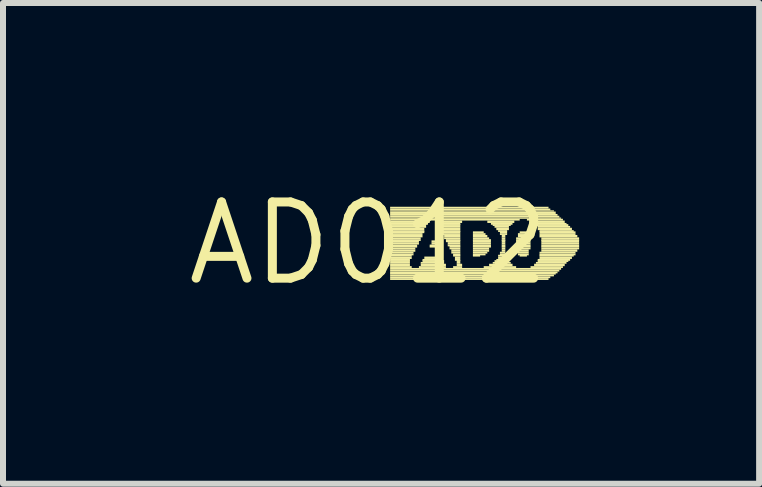
<source format=kicad_pcb>
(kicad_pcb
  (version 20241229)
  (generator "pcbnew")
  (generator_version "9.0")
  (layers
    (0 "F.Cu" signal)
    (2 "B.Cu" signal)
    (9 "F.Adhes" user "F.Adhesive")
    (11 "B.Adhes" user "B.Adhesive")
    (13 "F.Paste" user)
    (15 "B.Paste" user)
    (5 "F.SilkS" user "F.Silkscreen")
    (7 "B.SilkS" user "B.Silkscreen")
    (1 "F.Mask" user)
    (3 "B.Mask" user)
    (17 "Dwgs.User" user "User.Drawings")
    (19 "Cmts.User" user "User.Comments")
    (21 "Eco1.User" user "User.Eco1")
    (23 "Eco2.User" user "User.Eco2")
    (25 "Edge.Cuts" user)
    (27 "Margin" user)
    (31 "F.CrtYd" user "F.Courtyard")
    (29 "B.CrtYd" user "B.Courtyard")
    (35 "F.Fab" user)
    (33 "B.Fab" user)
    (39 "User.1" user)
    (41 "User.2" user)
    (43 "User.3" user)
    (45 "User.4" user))
  (footprint "AD012"
    (layer "F.Cu")
    (at 3.092 1.006)
    (property "Reference" "AD012" (at 0 0 0) (layer "F.SilkS") (effects (font (size 1.27 1.27) (thickness 0.15))))
    (fp_poly (pts (xy 0.36 -0.58) (xy 3 -0.58) (xy 3 -0.61) (xy 0.36 -0.61)) (stroke (width 0) (type solid)) (fill yes) (layer "F.SilkS"))
    (fp_poly (pts (xy 0.36 -0.55) (xy 3.03 -0.55) (xy 3.03 -0.58) (xy 0.36 -0.58)) (stroke (width 0) (type solid)) (fill yes) (layer "F.SilkS"))
    (fp_poly (pts (xy 0.36 -0.53) (xy 3.09 -0.53) (xy 3.09 -0.55) (xy 0.36 -0.55)) (stroke (width 0) (type solid)) (fill yes) (layer "F.SilkS"))
    (fp_poly (pts (xy 0.36 -0.49) (xy 3.12 -0.49) (xy 3.12 -0.53) (xy 0.36 -0.53)) (stroke (width 0) (type solid)) (fill yes) (layer "F.SilkS"))
    (fp_poly (pts (xy 0.36 -0.46) (xy 3.15 -0.46) (xy 3.15 -0.49) (xy 0.36 -0.49)) (stroke (width 0) (type solid)) (fill yes) (layer "F.SilkS"))
    (fp_poly (pts (xy 0.36 -0.43) (xy 3.18 -0.43) (xy 3.18 -0.46) (xy 0.36 -0.46)) (stroke (width 0) (type solid)) (fill yes) (layer "F.SilkS"))
    (fp_poly (pts (xy 0.36 -0.41) (xy 3.21 -0.41) (xy 3.21 -0.43) (xy 0.36 -0.43)) (stroke (width 0) (type solid)) (fill yes) (layer "F.SilkS"))
    (fp_poly (pts (xy 0.36 -0.38) (xy 2.52 -0.38) (xy 2.52 -0.41) (xy 0.36 -0.41)) (stroke (width 0) (type solid)) (fill yes) (layer "F.SilkS"))
    (fp_poly (pts (xy 0.36 -0.34) (xy 1.02 -0.34) (xy 1.02 -0.38) (xy 0.36 -0.38)) (stroke (width 0) (type solid)) (fill yes) (layer "F.SilkS"))
    (fp_poly (pts (xy 0.36 -0.31) (xy 0.99 -0.31) (xy 0.99 -0.34) (xy 0.36 -0.34)) (stroke (width 0) (type solid)) (fill yes) (layer "F.SilkS"))
    (fp_poly (pts (xy 0.36 -0.29) (xy 0.96 -0.29) (xy 0.96 -0.32) (xy 0.36 -0.32)) (stroke (width 0) (type solid)) (fill yes) (layer "F.SilkS"))
    (fp_poly (pts (xy 0.36 -0.26) (xy 0.96 -0.26) (xy 0.96 -0.29) (xy 0.36 -0.29)) (stroke (width 0) (type solid)) (fill yes) (layer "F.SilkS"))
    (fp_poly (pts (xy 0.36 -0.22) (xy 0.93 -0.22) (xy 0.93 -0.26) (xy 0.36 -0.26)) (stroke (width 0) (type solid)) (fill yes) (layer "F.SilkS"))
    (fp_poly (pts (xy 0.36 -0.19) (xy 0.93 -0.19) (xy 0.93 -0.22) (xy 0.36 -0.22)) (stroke (width 0) (type solid)) (fill yes) (layer "F.SilkS"))
    (fp_poly (pts (xy 0.36 -0.17) (xy 0.93 -0.17) (xy 0.93 -0.2) (xy 0.36 -0.2)) (stroke (width 0) (type solid)) (fill yes) (layer "F.SilkS"))
    (fp_poly (pts (xy 0.36 -0.14) (xy 0.9 -0.14) (xy 0.9 -0.17) (xy 0.36 -0.17)) (stroke (width 0) (type solid)) (fill yes) (layer "F.SilkS"))
    (fp_poly (pts (xy 0.36 -0.1) (xy 0.9 -0.1) (xy 0.9 -0.14) (xy 0.36 -0.14)) (stroke (width 0) (type solid)) (fill yes) (layer "F.SilkS"))
    (fp_poly (pts (xy 0.36 -0.07) (xy 0.87 -0.07) (xy 0.87 -0.1) (xy 0.36 -0.1)) (stroke (width 0) (type solid)) (fill yes) (layer "F.SilkS"))
    (fp_poly (pts (xy 0.36 -0.04) (xy 0.87 -0.04) (xy 0.87 -0.07) (xy 0.36 -0.07)) (stroke (width 0) (type solid)) (fill yes) (layer "F.SilkS"))
    (fp_poly (pts (xy 0.36 -0.02) (xy 0.84 -0.02) (xy 0.84 -0.05) (xy 0.36 -0.05)) (stroke (width 0) (type solid)) (fill yes) (layer "F.SilkS"))
    (fp_poly (pts (xy 0.36 0.02) (xy 0.84 0.02) (xy 0.84 -0.02) (xy 0.36 -0.02)) (stroke (width 0) (type solid)) (fill yes) (layer "F.SilkS"))
    (fp_poly (pts (xy 0.36 0.05) (xy 0.81 0.05) (xy 0.81 0.02) (xy 0.36 0.02)) (stroke (width 0) (type solid)) (fill yes) (layer "F.SilkS"))
    (fp_poly (pts (xy 0.36 0.07) (xy 0.81 0.07) (xy 0.81 0.04) (xy 0.36 0.04)) (stroke (width 0) (type solid)) (fill yes) (layer "F.SilkS"))
    (fp_poly (pts (xy 0.36 0.1) (xy 0.78 0.1) (xy 0.78 0.07) (xy 0.36 0.07)) (stroke (width 0) (type solid)) (fill yes) (layer "F.SilkS"))
    (fp_poly (pts (xy 0.36 0.14) (xy 0.78 0.14) (xy 0.78 0.1) (xy 0.36 0.1)) (stroke (width 0) (type solid)) (fill yes) (layer "F.SilkS"))
    (fp_poly (pts (xy 0.36 0.17) (xy 0.75 0.17) (xy 0.75 0.14) (xy 0.36 0.14)) (stroke (width 0) (type solid)) (fill yes) (layer "F.SilkS"))
    (fp_poly (pts (xy 0.36 0.2) (xy 0.75 0.2) (xy 0.75 0.17) (xy 0.36 0.17)) (stroke (width 0) (type solid)) (fill yes) (layer "F.SilkS"))
    (fp_poly (pts (xy 0.36 0.22) (xy 0.72 0.22) (xy 0.72 0.19) (xy 0.36 0.19)) (stroke (width 0) (type solid)) (fill yes) (layer "F.SilkS"))
    (fp_poly (pts (xy 0.36 0.26) (xy 0.72 0.26) (xy 0.72 0.22) (xy 0.36 0.22)) (stroke (width 0) (type solid)) (fill yes) (layer "F.SilkS"))
    (fp_poly (pts (xy 0.36 0.29) (xy 0.69 0.29) (xy 0.69 0.26) (xy 0.36 0.26)) (stroke (width 0) (type solid)) (fill yes) (layer "F.SilkS"))
    (fp_poly (pts (xy 0.36 0.31) (xy 0.69 0.31) (xy 0.69 0.28) (xy 0.36 0.28)) (stroke (width 0) (type solid)) (fill yes) (layer "F.SilkS"))
    (fp_poly (pts (xy 0.36 0.34) (xy 0.69 0.34) (xy 0.69 0.31) (xy 0.36 0.31)) (stroke (width 0) (type solid)) (fill yes) (layer "F.SilkS"))
    (fp_poly (pts (xy 0.36 0.38) (xy 0.69 0.38) (xy 0.69 0.34) (xy 0.36 0.34)) (stroke (width 0) (type solid)) (fill yes) (layer "F.SilkS"))
    (fp_poly (pts (xy 0.36 0.41) (xy 0.72 0.41) (xy 0.72 0.38) (xy 0.36 0.38)) (stroke (width 0) (type solid)) (fill yes) (layer "F.SilkS"))
    (fp_poly (pts (xy 0.36 0.44) (xy 3.21 0.44) (xy 3.21 0.41) (xy 0.36 0.41)) (stroke (width 0) (type solid)) (fill yes) (layer "F.SilkS"))
    (fp_poly (pts (xy 0.36 0.47) (xy 3.18 0.47) (xy 3.18 0.44) (xy 0.36 0.44)) (stroke (width 0) (type solid)) (fill yes) (layer "F.SilkS"))
    (fp_poly (pts (xy 0.36 0.5) (xy 3.15 0.5) (xy 3.15 0.47) (xy 0.36 0.47)) (stroke (width 0) (type solid)) (fill yes) (layer "F.SilkS"))
    (fp_poly (pts (xy 0.36 0.52) (xy 3.12 0.52) (xy 3.12 0.49) (xy 0.36 0.49)) (stroke (width 0) (type solid)) (fill yes) (layer "F.SilkS"))
    (fp_poly (pts (xy 0.36 0.55) (xy 3.09 0.55) (xy 3.09 0.52) (xy 0.36 0.52)) (stroke (width 0) (type solid)) (fill yes) (layer "F.SilkS"))
    (fp_poly (pts (xy 0.36 0.58) (xy 3.03 0.58) (xy 3.03 0.55) (xy 0.36 0.55)) (stroke (width 0) (type solid)) (fill yes) (layer "F.SilkS"))
    (fp_poly (pts (xy 0.36 0.61) (xy 3 0.61) (xy 3 0.58) (xy 0.36 0.58)) (stroke (width 0) (type solid)) (fill yes) (layer "F.SilkS"))
    (fp_poly (pts (xy 0.84 0.41) (xy 1.29 0.41) (xy 1.29 0.38) (xy 0.84 0.38)) (stroke (width 0) (type solid)) (fill yes) (layer "F.SilkS"))
    (fp_poly (pts (xy 0.87 0.34) (xy 1.26 0.34) (xy 1.26 0.31) (xy 0.87 0.31)) (stroke (width 0) (type solid)) (fill yes) (layer "F.SilkS"))
    (fp_poly (pts (xy 0.87 0.38) (xy 1.29 0.38) (xy 1.29 0.34) (xy 0.87 0.34)) (stroke (width 0) (type solid)) (fill yes) (layer "F.SilkS"))
    (fp_poly (pts (xy 0.9 0.29) (xy 1.23 0.29) (xy 1.23 0.26) (xy 0.9 0.26)) (stroke (width 0) (type solid)) (fill yes) (layer "F.SilkS"))
    (fp_poly (pts (xy 0.9 0.31) (xy 1.26 0.31) (xy 1.26 0.28) (xy 0.9 0.28)) (stroke (width 0) (type solid)) (fill yes) (layer "F.SilkS"))
    (fp_poly (pts (xy 0.93 0.26) (xy 1.23 0.26) (xy 1.23 0.22) (xy 0.93 0.22)) (stroke (width 0) (type solid)) (fill yes) (layer "F.SilkS"))
    (fp_poly (pts (xy 1.02 0.05) (xy 1.11 0.05) (xy 1.11 0.02) (xy 1.02 0.02)) (stroke (width 0) (type solid)) (fill yes) (layer "F.SilkS"))
    (fp_poly (pts (xy 1.02 0.07) (xy 1.14 0.07) (xy 1.14 0.04) (xy 1.02 0.04)) (stroke (width 0) (type solid)) (fill yes) (layer "F.SilkS"))
    (fp_poly (pts (xy 1.05 -0.02) (xy 1.11 -0.02) (xy 1.11 -0.05) (xy 1.05 -0.05)) (stroke (width 0) (type solid)) (fill yes) (layer "F.SilkS"))
    (fp_poly (pts (xy 1.05 0.02) (xy 1.11 0.02) (xy 1.11 -0.02) (xy 1.05 -0.02)) (stroke (width 0) (type solid)) (fill yes) (layer "F.SilkS"))
    (fp_poly (pts (xy 1.14 -0.34) (xy 1.56 -0.34) (xy 1.56 -0.38) (xy 1.14 -0.38)) (stroke (width 0) (type solid)) (fill yes) (layer "F.SilkS"))
    (fp_poly (pts (xy 1.17 -0.31) (xy 1.53 -0.31) (xy 1.53 -0.34) (xy 1.17 -0.34)) (stroke (width 0) (type solid)) (fill yes) (layer "F.SilkS"))
    (fp_poly (pts (xy 1.17 -0.29) (xy 1.53 -0.29) (xy 1.53 -0.32) (xy 1.17 -0.32)) (stroke (width 0) (type solid)) (fill yes) (layer "F.SilkS"))
    (fp_poly (pts (xy 1.2 -0.26) (xy 1.53 -0.26) (xy 1.53 -0.29) (xy 1.2 -0.29)) (stroke (width 0) (type solid)) (fill yes) (layer "F.SilkS"))
    (fp_poly (pts (xy 1.2 -0.22) (xy 1.53 -0.22) (xy 1.53 -0.26) (xy 1.2 -0.26)) (stroke (width 0) (type solid)) (fill yes) (layer "F.SilkS"))
    (fp_poly (pts (xy 1.23 -0.19) (xy 1.53 -0.19) (xy 1.53 -0.22) (xy 1.23 -0.22)) (stroke (width 0) (type solid)) (fill yes) (layer "F.SilkS"))
    (fp_poly (pts (xy 1.23 -0.17) (xy 1.53 -0.17) (xy 1.53 -0.2) (xy 1.23 -0.2)) (stroke (width 0) (type solid)) (fill yes) (layer "F.SilkS"))
    (fp_poly (pts (xy 1.23 -0.14) (xy 1.53 -0.14) (xy 1.53 -0.17) (xy 1.23 -0.17)) (stroke (width 0) (type solid)) (fill yes) (layer "F.SilkS"))
    (fp_poly (pts (xy 1.26 -0.1) (xy 1.53 -0.1) (xy 1.53 -0.14) (xy 1.26 -0.14)) (stroke (width 0) (type solid)) (fill yes) (layer "F.SilkS"))
    (fp_poly (pts (xy 1.26 -0.07) (xy 1.53 -0.07) (xy 1.53 -0.1) (xy 1.26 -0.1)) (stroke (width 0) (type solid)) (fill yes) (layer "F.SilkS"))
    (fp_poly (pts (xy 1.29 -0.04) (xy 1.53 -0.04) (xy 1.53 -0.07) (xy 1.29 -0.07)) (stroke (width 0) (type solid)) (fill yes) (layer "F.SilkS"))
    (fp_poly (pts (xy 1.29 -0.02) (xy 1.53 -0.02) (xy 1.53 -0.05) (xy 1.29 -0.05)) (stroke (width 0) (type solid)) (fill yes) (layer "F.SilkS"))
    (fp_poly (pts (xy 1.32 0.02) (xy 1.53 0.02) (xy 1.53 -0.02) (xy 1.32 -0.02)) (stroke (width 0) (type solid)) (fill yes) (layer "F.SilkS"))
    (fp_poly (pts (xy 1.32 0.05) (xy 1.53 0.05) (xy 1.53 0.02) (xy 1.32 0.02)) (stroke (width 0) (type solid)) (fill yes) (layer "F.SilkS"))
    (fp_poly (pts (xy 1.35 0.07) (xy 1.53 0.07) (xy 1.53 0.04) (xy 1.35 0.04)) (stroke (width 0) (type solid)) (fill yes) (layer "F.SilkS"))
    (fp_poly (pts (xy 1.35 0.1) (xy 1.53 0.1) (xy 1.53 0.07) (xy 1.35 0.07)) (stroke (width 0) (type solid)) (fill yes) (layer "F.SilkS"))
    (fp_poly (pts (xy 1.38 0.14) (xy 1.53 0.14) (xy 1.53 0.1) (xy 1.38 0.1)) (stroke (width 0) (type solid)) (fill yes) (layer "F.SilkS"))
    (fp_poly (pts (xy 1.38 0.17) (xy 1.53 0.17) (xy 1.53 0.14) (xy 1.38 0.14)) (stroke (width 0) (type solid)) (fill yes) (layer "F.SilkS"))
    (fp_poly (pts (xy 1.41 0.2) (xy 1.53 0.2) (xy 1.53 0.17) (xy 1.41 0.17)) (stroke (width 0) (type solid)) (fill yes) (layer "F.SilkS"))
    (fp_poly (pts (xy 1.41 0.22) (xy 1.53 0.22) (xy 1.53 0.19) (xy 1.41 0.19)) (stroke (width 0) (type solid)) (fill yes) (layer "F.SilkS"))
    (fp_poly (pts (xy 1.41 0.41) (xy 1.56 0.41) (xy 1.56 0.38) (xy 1.41 0.38)) (stroke (width 0) (type solid)) (fill yes) (layer "F.SilkS"))
    (fp_poly (pts (xy 1.44 0.26) (xy 1.53 0.26) (xy 1.53 0.22) (xy 1.44 0.22)) (stroke (width 0) (type solid)) (fill yes) (layer "F.SilkS"))
    (fp_poly (pts (xy 1.44 0.29) (xy 1.53 0.29) (xy 1.53 0.26) (xy 1.44 0.26)) (stroke (width 0) (type solid)) (fill yes) (layer "F.SilkS"))
    (fp_poly (pts (xy 1.47 0.31) (xy 1.53 0.31) (xy 1.53 0.28) (xy 1.47 0.28)) (stroke (width 0) (type solid)) (fill yes) (layer "F.SilkS"))
    (fp_poly (pts (xy 1.47 0.34) (xy 1.53 0.34) (xy 1.53 0.31) (xy 1.47 0.31)) (stroke (width 0) (type solid)) (fill yes) (layer "F.SilkS"))
    (fp_poly (pts (xy 1.47 0.38) (xy 1.56 0.38) (xy 1.56 0.34) (xy 1.47 0.34)) (stroke (width 0) (type solid)) (fill yes) (layer "F.SilkS"))
    (fp_poly (pts (xy 1.74 -0.17) (xy 1.92 -0.17) (xy 1.92 -0.2) (xy 1.74 -0.2)) (stroke (width 0) (type solid)) (fill yes) (layer "F.SilkS"))
    (fp_poly (pts (xy 1.74 -0.14) (xy 1.95 -0.14) (xy 1.95 -0.17) (xy 1.74 -0.17)) (stroke (width 0) (type solid)) (fill yes) (layer "F.SilkS"))
    (fp_poly (pts (xy 1.74 -0.1) (xy 1.98 -0.1) (xy 1.98 -0.14) (xy 1.74 -0.14)) (stroke (width 0) (type solid)) (fill yes) (layer "F.SilkS"))
    (fp_poly (pts (xy 1.74 -0.07) (xy 2.01 -0.07) (xy 2.01 -0.1) (xy 1.74 -0.1)) (stroke (width 0) (type solid)) (fill yes) (layer "F.SilkS"))
    (fp_poly (pts (xy 1.74 -0.04) (xy 2.04 -0.04) (xy 2.04 -0.07) (xy 1.74 -0.07)) (stroke (width 0) (type solid)) (fill yes) (layer "F.SilkS"))
    (fp_poly (pts (xy 1.74 -0.02) (xy 2.04 -0.02) (xy 2.04 -0.05) (xy 1.74 -0.05)) (stroke (width 0) (type solid)) (fill yes) (layer "F.SilkS"))
    (fp_poly (pts (xy 1.74 0.02) (xy 2.04 0.02) (xy 2.04 -0.02) (xy 1.74 -0.02)) (stroke (width 0) (type solid)) (fill yes) (layer "F.SilkS"))
    (fp_poly (pts (xy 1.74 0.05) (xy 2.04 0.05) (xy 2.04 0.02) (xy 1.74 0.02)) (stroke (width 0) (type solid)) (fill yes) (layer "F.SilkS"))
    (fp_poly (pts (xy 1.74 0.07) (xy 2.04 0.07) (xy 2.04 0.04) (xy 1.74 0.04)) (stroke (width 0) (type solid)) (fill yes) (layer "F.SilkS"))
    (fp_poly (pts (xy 1.74 0.1) (xy 2.01 0.1) (xy 2.01 0.07) (xy 1.74 0.07)) (stroke (width 0) (type solid)) (fill yes) (layer "F.SilkS"))
    (fp_poly (pts (xy 1.74 0.14) (xy 2.01 0.14) (xy 2.01 0.1) (xy 1.74 0.1)) (stroke (width 0) (type solid)) (fill yes) (layer "F.SilkS"))
    (fp_poly (pts (xy 1.74 0.17) (xy 1.98 0.17) (xy 1.98 0.14) (xy 1.74 0.14)) (stroke (width 0) (type solid)) (fill yes) (layer "F.SilkS"))
    (fp_poly (pts (xy 1.74 0.2) (xy 1.95 0.2) (xy 1.95 0.17) (xy 1.74 0.17)) (stroke (width 0) (type solid)) (fill yes) (layer "F.SilkS"))
    (fp_poly (pts (xy 1.74 0.22) (xy 1.86 0.22) (xy 1.86 0.19) (xy 1.74 0.19)) (stroke (width 0) (type solid)) (fill yes) (layer "F.SilkS"))
    (fp_poly (pts (xy 1.92 0.41) (xy 2.46 0.41) (xy 2.46 0.38) (xy 1.92 0.38)) (stroke (width 0) (type solid)) (fill yes) (layer "F.SilkS"))
    (fp_poly (pts (xy 1.98 -0.34) (xy 2.43 -0.34) (xy 2.43 -0.38) (xy 1.98 -0.38)) (stroke (width 0) (type solid)) (fill yes) (layer "F.SilkS"))
    (fp_poly (pts (xy 2.01 0.38) (xy 2.4 0.38) (xy 2.4 0.34) (xy 2.01 0.34)) (stroke (width 0) (type solid)) (fill yes) (layer "F.SilkS"))
    (fp_poly (pts (xy 2.04 -0.31) (xy 2.4 -0.31) (xy 2.4 -0.34) (xy 2.04 -0.34)) (stroke (width 0) (type solid)) (fill yes) (layer "F.SilkS"))
    (fp_poly (pts (xy 2.07 -0.29) (xy 2.37 -0.29) (xy 2.37 -0.32) (xy 2.07 -0.32)) (stroke (width 0) (type solid)) (fill yes) (layer "F.SilkS"))
    (fp_poly (pts (xy 2.07 0.34) (xy 2.37 0.34) (xy 2.37 0.31) (xy 2.07 0.31)) (stroke (width 0) (type solid)) (fill yes) (layer "F.SilkS"))
    (fp_poly (pts (xy 2.1 -0.26) (xy 2.34 -0.26) (xy 2.34 -0.29) (xy 2.1 -0.29)) (stroke (width 0) (type solid)) (fill yes) (layer "F.SilkS"))
    (fp_poly (pts (xy 2.1 0.31) (xy 2.34 0.31) (xy 2.34 0.28) (xy 2.1 0.28)) (stroke (width 0) (type solid)) (fill yes) (layer "F.SilkS"))
    (fp_poly (pts (xy 2.13 -0.22) (xy 2.34 -0.22) (xy 2.34 -0.26) (xy 2.13 -0.26)) (stroke (width 0) (type solid)) (fill yes) (layer "F.SilkS"))
    (fp_poly (pts (xy 2.13 0.29) (xy 2.34 0.29) (xy 2.34 0.26) (xy 2.13 0.26)) (stroke (width 0) (type solid)) (fill yes) (layer "F.SilkS"))
    (fp_poly (pts (xy 2.16 -0.19) (xy 2.31 -0.19) (xy 2.31 -0.22) (xy 2.16 -0.22)) (stroke (width 0) (type solid)) (fill yes) (layer "F.SilkS"))
    (fp_poly (pts (xy 2.16 0.22) (xy 2.31 0.22) (xy 2.31 0.19) (xy 2.16 0.19)) (stroke (width 0) (type solid)) (fill yes) (layer "F.SilkS"))
    (fp_poly (pts (xy 2.16 0.26) (xy 2.31 0.26) (xy 2.31 0.22) (xy 2.16 0.22)) (stroke (width 0) (type solid)) (fill yes) (layer "F.SilkS"))
    (fp_poly (pts (xy 2.19 -0.17) (xy 2.31 -0.17) (xy 2.31 -0.2) (xy 2.19 -0.2)) (stroke (width 0) (type solid)) (fill yes) (layer "F.SilkS"))
    (fp_poly (pts (xy 2.19 -0.14) (xy 2.31 -0.14) (xy 2.31 -0.17) (xy 2.19 -0.17)) (stroke (width 0) (type solid)) (fill yes) (layer "F.SilkS"))
    (fp_poly (pts (xy 2.19 0.17) (xy 2.28 0.17) (xy 2.28 0.14) (xy 2.19 0.14)) (stroke (width 0) (type solid)) (fill yes) (layer "F.SilkS"))
    (fp_poly (pts (xy 2.19 0.2) (xy 2.31 0.2) (xy 2.31 0.17) (xy 2.19 0.17)) (stroke (width 0) (type solid)) (fill yes) (layer "F.SilkS"))
    (fp_poly (pts (xy 2.22 -0.1) (xy 2.28 -0.1) (xy 2.28 -0.14) (xy 2.22 -0.14)) (stroke (width 0) (type solid)) (fill yes) (layer "F.SilkS"))
    (fp_poly (pts (xy 2.22 -0.07) (xy 2.28 -0.07) (xy 2.28 -0.1) (xy 2.22 -0.1)) (stroke (width 0) (type solid)) (fill yes) (layer "F.SilkS"))
    (fp_poly (pts (xy 2.22 -0.04) (xy 2.28 -0.04) (xy 2.28 -0.07) (xy 2.22 -0.07)) (stroke (width 0) (type solid)) (fill yes) (layer "F.SilkS"))
    (fp_poly (pts (xy 2.22 -0.02) (xy 2.28 -0.02) (xy 2.28 -0.05) (xy 2.22 -0.05)) (stroke (width 0) (type solid)) (fill yes) (layer "F.SilkS"))
    (fp_poly (pts (xy 2.22 0.02) (xy 2.28 0.02) (xy 2.28 -0.02) (xy 2.22 -0.02)) (stroke (width 0) (type solid)) (fill yes) (layer "F.SilkS"))
    (fp_poly (pts (xy 2.22 0.05) (xy 2.28 0.05) (xy 2.28 0.02) (xy 2.22 0.02)) (stroke (width 0) (type solid)) (fill yes) (layer "F.SilkS"))
    (fp_poly (pts (xy 2.22 0.07) (xy 2.28 0.07) (xy 2.28 0.04) (xy 2.22 0.04)) (stroke (width 0) (type solid)) (fill yes) (layer "F.SilkS"))
    (fp_poly (pts (xy 2.22 0.1) (xy 2.28 0.1) (xy 2.28 0.07) (xy 2.22 0.07)) (stroke (width 0) (type solid)) (fill yes) (layer "F.SilkS"))
    (fp_poly (pts (xy 2.22 0.14) (xy 2.28 0.14) (xy 2.28 0.1) (xy 2.22 0.1)) (stroke (width 0) (type solid)) (fill yes) (layer "F.SilkS"))
    (fp_poly (pts (xy 2.46 -0.07) (xy 2.67 -0.07) (xy 2.67 -0.1) (xy 2.46 -0.1)) (stroke (width 0) (type solid)) (fill yes) (layer "F.SilkS"))
    (fp_poly (pts (xy 2.46 -0.04) (xy 2.7 -0.04) (xy 2.7 -0.07) (xy 2.46 -0.07)) (stroke (width 0) (type solid)) (fill yes) (layer "F.SilkS"))
    (fp_poly (pts (xy 2.46 -0.02) (xy 2.7 -0.02) (xy 2.7 -0.05) (xy 2.46 -0.05)) (stroke (width 0) (type solid)) (fill yes) (layer "F.SilkS"))
    (fp_poly (pts (xy 2.46 0.02) (xy 2.7 0.02) (xy 2.7 -0.02) (xy 2.46 -0.02)) (stroke (width 0) (type solid)) (fill yes) (layer "F.SilkS"))
    (fp_poly (pts (xy 2.46 0.05) (xy 2.7 0.05) (xy 2.7 0.02) (xy 2.46 0.02)) (stroke (width 0) (type solid)) (fill yes) (layer "F.SilkS"))
    (fp_poly (pts (xy 2.46 0.07) (xy 2.7 0.07) (xy 2.7 0.04) (xy 2.46 0.04)) (stroke (width 0) (type solid)) (fill yes) (layer "F.SilkS"))
    (fp_poly (pts (xy 2.46 0.1) (xy 2.7 0.1) (xy 2.7 0.07) (xy 2.46 0.07)) (stroke (width 0) (type solid)) (fill yes) (layer "F.SilkS"))
    (fp_poly (pts (xy 2.46 0.14) (xy 2.67 0.14) (xy 2.67 0.1) (xy 2.46 0.1)) (stroke (width 0) (type solid)) (fill yes) (layer "F.SilkS"))
    (fp_poly (pts (xy 2.49 -0.14) (xy 2.67 -0.14) (xy 2.67 -0.17) (xy 2.49 -0.17)) (stroke (width 0) (type solid)) (fill yes) (layer "F.SilkS"))
    (fp_poly (pts (xy 2.49 -0.1) (xy 2.67 -0.1) (xy 2.67 -0.14) (xy 2.49 -0.14)) (stroke (width 0) (type solid)) (fill yes) (layer "F.SilkS"))
    (fp_poly (pts (xy 2.49 0.17) (xy 2.67 0.17) (xy 2.67 0.14) (xy 2.49 0.14)) (stroke (width 0) (type solid)) (fill yes) (layer "F.SilkS"))
    (fp_poly (pts (xy 2.49 0.2) (xy 2.67 0.2) (xy 2.67 0.17) (xy 2.49 0.17)) (stroke (width 0) (type solid)) (fill yes) (layer "F.SilkS"))
    (fp_poly (pts (xy 2.52 -0.17) (xy 2.64 -0.17) (xy 2.64 -0.2) (xy 2.52 -0.2)) (stroke (width 0) (type solid)) (fill yes) (layer "F.SilkS"))
    (fp_poly (pts (xy 2.52 0.22) (xy 2.64 0.22) (xy 2.64 0.19) (xy 2.52 0.19)) (stroke (width 0) (type solid)) (fill yes) (layer "F.SilkS"))
    (fp_poly (pts (xy 2.64 -0.38) (xy 3.24 -0.38) (xy 3.24 -0.41) (xy 2.64 -0.41)) (stroke (width 0) (type solid)) (fill yes) (layer "F.SilkS"))
    (fp_poly (pts (xy 2.7 0.41) (xy 3.24 0.41) (xy 3.24 0.38) (xy 2.7 0.38)) (stroke (width 0) (type solid)) (fill yes) (layer "F.SilkS"))
    (fp_poly (pts (xy 2.73 -0.34) (xy 3.27 -0.34) (xy 3.27 -0.38) (xy 2.73 -0.38)) (stroke (width 0) (type solid)) (fill yes) (layer "F.SilkS"))
    (fp_poly (pts (xy 2.76 -0.31) (xy 3.3 -0.31) (xy 3.3 -0.34) (xy 2.76 -0.34)) (stroke (width 0) (type solid)) (fill yes) (layer "F.SilkS"))
    (fp_poly (pts (xy 2.76 0.38) (xy 3.27 0.38) (xy 3.27 0.34) (xy 2.76 0.34)) (stroke (width 0) (type solid)) (fill yes) (layer "F.SilkS"))
    (fp_poly (pts (xy 2.79 -0.29) (xy 3.33 -0.29) (xy 3.33 -0.32) (xy 2.79 -0.32)) (stroke (width 0) (type solid)) (fill yes) (layer "F.SilkS"))
    (fp_poly (pts (xy 2.79 0.34) (xy 3.3 0.34) (xy 3.3 0.31) (xy 2.79 0.31)) (stroke (width 0) (type solid)) (fill yes) (layer "F.SilkS"))
    (fp_poly (pts (xy 2.82 -0.26) (xy 3.36 -0.26) (xy 3.36 -0.29) (xy 2.82 -0.29)) (stroke (width 0) (type solid)) (fill yes) (layer "F.SilkS"))
    (fp_poly (pts (xy 2.82 -0.22) (xy 3.39 -0.22) (xy 3.39 -0.26) (xy 2.82 -0.26)) (stroke (width 0) (type solid)) (fill yes) (layer "F.SilkS"))
    (fp_poly (pts (xy 2.82 0.29) (xy 3.36 0.29) (xy 3.36 0.26) (xy 2.82 0.26)) (stroke (width 0) (type solid)) (fill yes) (layer "F.SilkS"))
    (fp_poly (pts (xy 2.82 0.31) (xy 3.33 0.31) (xy 3.33 0.28) (xy 2.82 0.28)) (stroke (width 0) (type solid)) (fill yes) (layer "F.SilkS"))
    (fp_poly (pts (xy 2.85 -0.19) (xy 3.42 -0.19) (xy 3.42 -0.22) (xy 2.85 -0.22)) (stroke (width 0) (type solid)) (fill yes) (layer "F.SilkS"))
    (fp_poly (pts (xy 2.85 -0.17) (xy 3.45 -0.17) (xy 3.45 -0.2) (xy 2.85 -0.2)) (stroke (width 0) (type solid)) (fill yes) (layer "F.SilkS"))
    (fp_poly (pts (xy 2.85 -0.14) (xy 3.45 -0.14) (xy 3.45 -0.17) (xy 2.85 -0.17)) (stroke (width 0) (type solid)) (fill yes) (layer "F.SilkS"))
    (fp_poly (pts (xy 2.85 -0.1) (xy 3.48 -0.1) (xy 3.48 -0.14) (xy 2.85 -0.14)) (stroke (width 0) (type solid)) (fill yes) (layer "F.SilkS"))
    (fp_poly (pts (xy 2.85 0.17) (xy 3.45 0.17) (xy 3.45 0.14) (xy 2.85 0.14)) (stroke (width 0) (type solid)) (fill yes) (layer "F.SilkS"))
    (fp_poly (pts (xy 2.85 0.2) (xy 3.45 0.2) (xy 3.45 0.17) (xy 2.85 0.17)) (stroke (width 0) (type solid)) (fill yes) (layer "F.SilkS"))
    (fp_poly (pts (xy 2.85 0.22) (xy 3.42 0.22) (xy 3.42 0.19) (xy 2.85 0.19)) (stroke (width 0) (type solid)) (fill yes) (layer "F.SilkS"))
    (fp_poly (pts (xy 2.85 0.26) (xy 3.39 0.26) (xy 3.39 0.22) (xy 2.85 0.22)) (stroke (width 0) (type solid)) (fill yes) (layer "F.SilkS"))
    (fp_poly (pts (xy 2.88 -0.07) (xy 3.51 -0.07) (xy 3.51 -0.1) (xy 2.88 -0.1)) (stroke (width 0) (type solid)) (fill yes) (layer "F.SilkS"))
    (fp_poly (pts (xy 2.88 -0.04) (xy 3.51 -0.04) (xy 3.51 -0.07) (xy 2.88 -0.07)) (stroke (width 0) (type solid)) (fill yes) (layer "F.SilkS"))
    (fp_poly (pts (xy 2.88 -0.02) (xy 3.51 -0.02) (xy 3.51 -0.05) (xy 2.88 -0.05)) (stroke (width 0) (type solid)) (fill yes) (layer "F.SilkS"))
    (fp_poly (pts (xy 2.88 0.02) (xy 3.51 0.02) (xy 3.51 -0.02) (xy 2.88 -0.02)) (stroke (width 0) (type solid)) (fill yes) (layer "F.SilkS"))
    (fp_poly (pts (xy 2.88 0.05) (xy 3.51 0.05) (xy 3.51 0.02) (xy 2.88 0.02)) (stroke (width 0) (type solid)) (fill yes) (layer "F.SilkS"))
    (fp_poly (pts (xy 2.88 0.07) (xy 3.51 0.07) (xy 3.51 0.04) (xy 2.88 0.04)) (stroke (width 0) (type solid)) (fill yes) (layer "F.SilkS"))
    (fp_poly (pts (xy 2.88 0.1) (xy 3.51 0.1) (xy 3.51 0.07) (xy 2.88 0.07)) (stroke (width 0) (type solid)) (fill yes) (layer "F.SilkS"))
    (fp_poly (pts (xy 2.88 0.14) (xy 3.48 0.14) (xy 3.48 0.1) (xy 2.88 0.1)) (stroke (width 0) (type solid)) (fill yes) (layer "F.SilkS")))
  (gr_rect
    (start -3 -3)
    (end 9.602 5.012)
    (stroke (width 0.1) (type default))
    (fill no)
    (layer "Edge.Cuts")))
</source>
